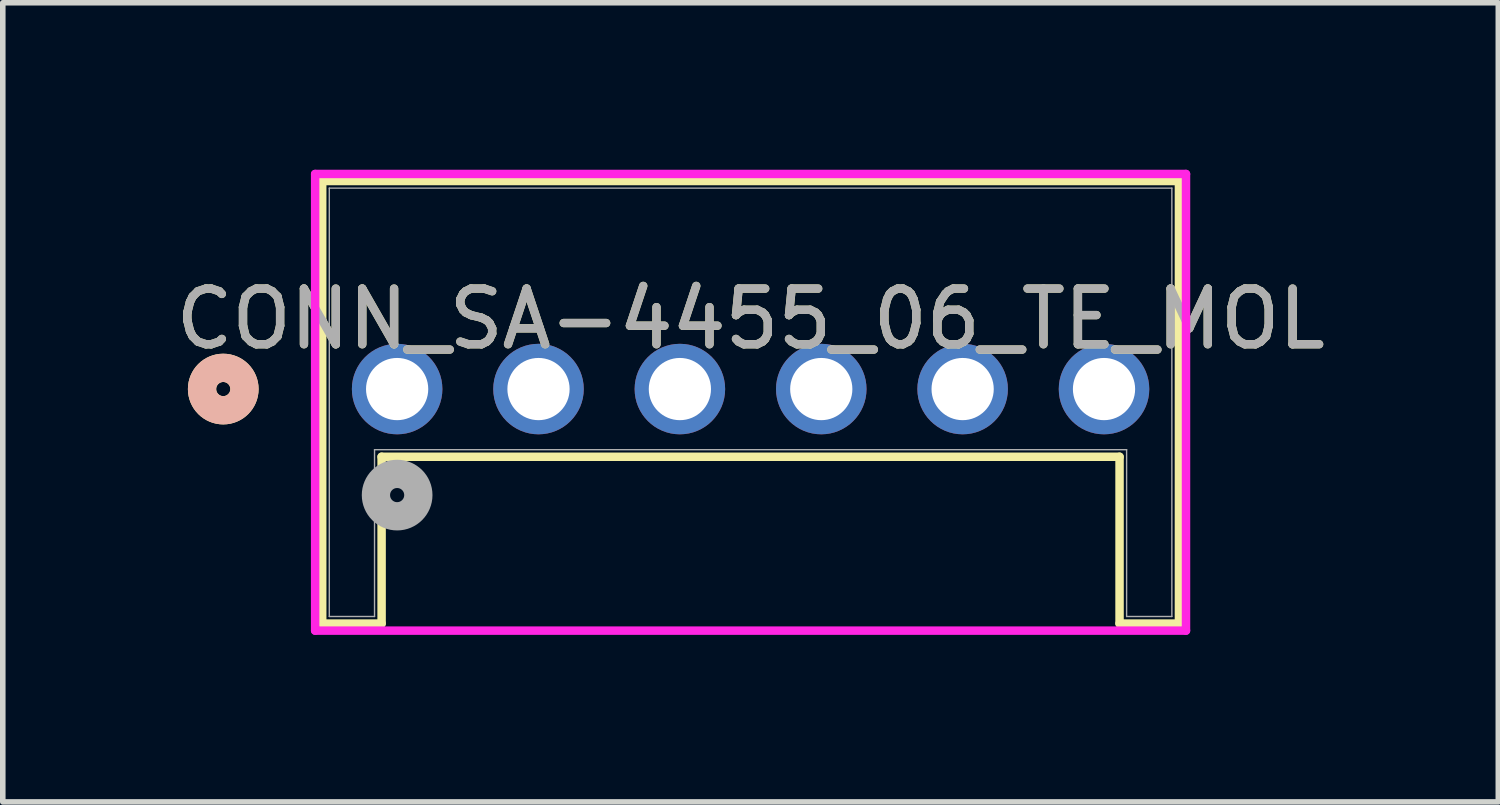
<source format=kicad_pcb>
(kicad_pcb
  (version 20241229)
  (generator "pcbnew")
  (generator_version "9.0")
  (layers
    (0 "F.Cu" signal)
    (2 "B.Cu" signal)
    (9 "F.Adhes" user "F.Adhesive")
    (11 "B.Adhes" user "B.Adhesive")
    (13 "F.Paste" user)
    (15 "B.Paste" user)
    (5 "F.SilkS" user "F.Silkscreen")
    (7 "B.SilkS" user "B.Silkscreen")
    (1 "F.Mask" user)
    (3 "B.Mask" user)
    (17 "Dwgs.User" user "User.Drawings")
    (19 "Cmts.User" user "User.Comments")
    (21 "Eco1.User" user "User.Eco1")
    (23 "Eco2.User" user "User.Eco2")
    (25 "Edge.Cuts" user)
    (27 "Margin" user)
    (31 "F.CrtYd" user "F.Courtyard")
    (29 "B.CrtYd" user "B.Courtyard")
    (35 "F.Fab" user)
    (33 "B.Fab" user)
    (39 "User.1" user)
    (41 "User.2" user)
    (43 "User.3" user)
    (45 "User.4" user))
  (footprint "CONN_SA-4455_06_TE_MOL"
    (layer "F.Cu")
    (at 4.085 3.94)
    (property "Reference" "CONN_SA-4455_06_TE_MOL" (at 6.35 -1.26 0) (unlocked yes) (layer "F.SilkS") (effects (font (size 1 1) (thickness 0.15))))
    (attr through_hole)
    (fp_line (start -1.346 -3.737) (end -1.346 4.213) (stroke (width 0.152) (type solid)) (layer "F.SilkS"))
    (fp_line (start -1.346 4.213) (end -0.279 4.213) (stroke (width 0.152) (type solid)) (layer "F.SilkS"))
    (fp_line (start -0.279 1.216) (end 12.979 1.216) (stroke (width 0.152) (type solid)) (layer "F.SilkS"))
    (fp_line (start -0.279 4.213) (end -0.279 1.216) (stroke (width 0.152) (type solid)) (layer "F.SilkS"))
    (fp_line (start 12.979 1.216) (end 12.979 4.213) (stroke (width 0.152) (type solid)) (layer "F.SilkS"))
    (fp_line (start 12.979 4.213) (end 14.046 4.213) (stroke (width 0.152) (type solid)) (layer "F.SilkS"))
    (fp_line (start 14.046 -3.737) (end -1.346 -3.737) (stroke (width 0.152) (type solid)) (layer "F.SilkS"))
    (fp_line (start 14.046 4.213) (end 14.046 -3.737) (stroke (width 0.152) (type solid)) (layer "F.SilkS"))
    (fp_circle (center -3.124 0) (end -2.743 0) (stroke (width 0.508) (type solid)) (fill no) (layer "F.SilkS"))
    (fp_circle (center -3.124 0) (end -2.743 0) (stroke (width 0.508) (type solid)) (fill no) (layer "B.SilkS"))
    (fp_line (start -1.473 -3.864) (end -1.473 4.34) (stroke (width 0.152) (type solid)) (layer "F.CrtYd"))
    (fp_line (start -1.473 4.34) (end 14.173 4.34) (stroke (width 0.152) (type solid)) (layer "F.CrtYd"))
    (fp_line (start 14.173 -3.864) (end -1.473 -3.864) (stroke (width 0.152) (type solid)) (layer "F.CrtYd"))
    (fp_line (start 14.173 4.34) (end 14.173 -3.864) (stroke (width 0.152) (type solid)) (layer "F.CrtYd"))
    (fp_line (start -1.219 -3.61) (end -1.219 4.086) (stroke (width 0.025) (type solid)) (layer "F.Fab"))
    (fp_line (start -1.219 4.086) (end -0.406 4.086) (stroke (width 0.025) (type solid)) (layer "F.Fab"))
    (fp_line (start -0.406 1.089) (end -0.406 4.086) (stroke (width 0.025) (type solid)) (layer "F.Fab"))
    (fp_line (start -0.406 1.089) (end 13.106 1.089) (stroke (width 0.025) (type solid)) (layer "F.Fab"))
    (fp_line (start 13.106 1.089) (end 13.106 4.086) (stroke (width 0.025) (type solid)) (layer "F.Fab"))
    (fp_line (start 13.106 4.086) (end 13.919 4.086) (stroke (width 0.025) (type solid)) (layer "F.Fab"))
    (fp_line (start 13.919 -3.61) (end -1.219 -3.61) (stroke (width 0.025) (type solid)) (layer "F.Fab"))
    (fp_line (start 13.919 4.086) (end 13.919 -3.61) (stroke (width 0.025) (type solid)) (layer "F.Fab"))
    (fp_circle (center 0 1.905) (end 0.381 1.905) (stroke (width 0.508) (type solid)) (fill no) (layer "F.Fab"))
    (fp_text user "${REFERENCE}" (at 6.35 -1.26 0) (unlocked yes) (layer "F.Fab") (effects (font (size 1 1) (thickness 0.15))))
    (pad "1" thru_hole circle (at 0 0) (size 1.626 1.626) (drill 1.118) (layers "*.Cu" "*.Mask"))
    (pad "2" thru_hole circle (at 2.54 0) (size 1.626 1.626) (drill 1.118) (layers "*.Cu" "*.Mask"))
    (pad "3" thru_hole circle (at 5.08 0) (size 1.626 1.626) (drill 1.118) (layers "*.Cu" "*.Mask"))
    (pad "4" thru_hole circle (at 7.62 0) (size 1.626 1.626) (drill 1.118) (layers "*.Cu" "*.Mask"))
    (pad "5" thru_hole circle (at 10.16 0) (size 1.626 1.626) (drill 1.118) (layers "*.Cu" "*.Mask"))
    (pad "6" thru_hole circle (at 12.7 0) (size 1.626 1.626) (drill 1.118) (layers "*.Cu" "*.Mask")))
  (gr_rect
    (start -3 -3)
    (end 23.869 11.357)
    (stroke (width 0.1) (type default))
    (fill no)
    (layer "Edge.Cuts")))
</source>
